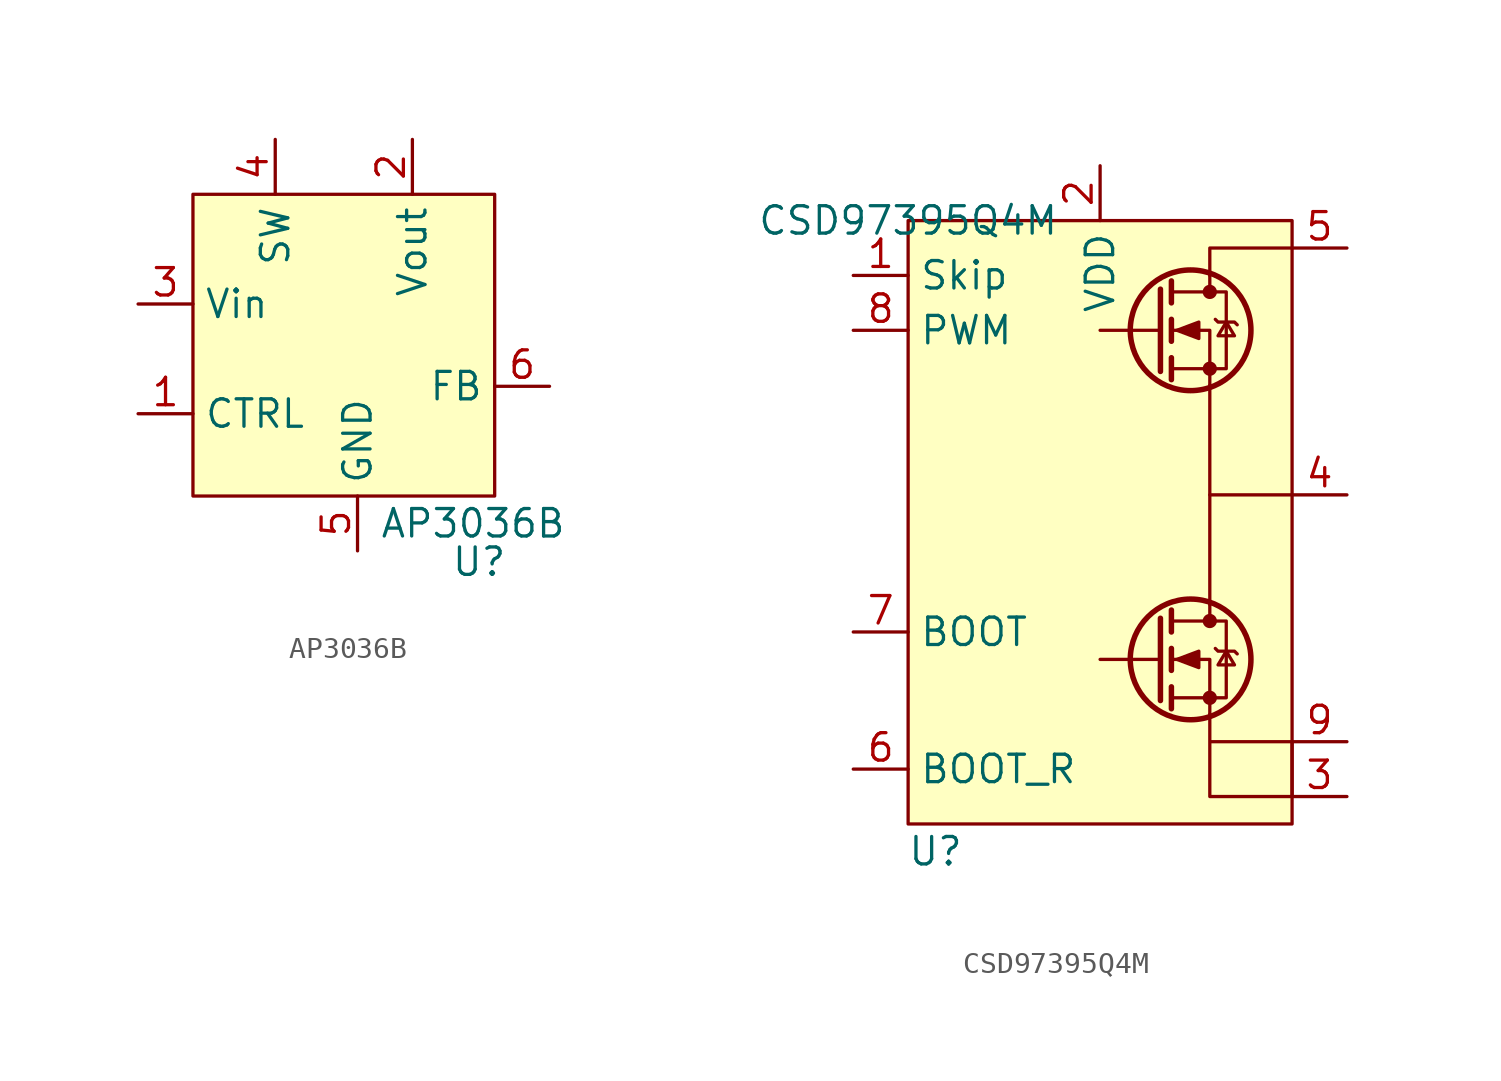
<source format=kicad_sym>
(kicad_symbol_lib
  (version 20231120)
  (generator "kicad_symbol_editor")
  (generator_version "8.0")
  (symbol "AP3036B"
    (property "Reference" "U"
      (at 11.938 -3.048 0)
      (effects (font (size 1.27 1.27)) (justify left)))
    (property "Value" "AP3036B"
      (at 8.636 -1.27 0)
      (effects (font (size 1.27 1.27)) (justify left)))
    (symbol "AP3036B_1_1"
      (rectangle (start 0 13.97) (end 13.97 0) (stroke (width 0) (type default)) (fill (type background)))
      (pin input line (at -2.54 3.81 0) (length 2.54) (name "CTRL" (effects (font (size 1.27 1.27)))) (number "1" (effects (font (size 1.27 1.27)))))
      (pin input line (at 10.16 16.51 270) (length 2.54) (name "Vout" (effects (font (size 1.27 1.27)))) (number "2" (effects (font (size 1.27 1.27)))))
      (pin input line (at -2.54 8.89 0) (length 2.54) (name "Vin" (effects (font (size 1.27 1.27)))) (number "3" (effects (font (size 1.27 1.27)))))
      (pin input line (at 3.81 16.51 270) (length 2.54) (name "SW" (effects (font (size 1.27 1.27)))) (number "4" (effects (font (size 1.27 1.27)))))
      (pin input line (at 7.62 -2.54 90) (length 2.54) (name "GND" (effects (font (size 1.27 1.27)))) (number "5" (effects (font (size 1.27 1.27)))))
      (pin input line (at 16.51 5.08 180) (length 2.54) (name "FB" (effects (font (size 1.27 1.27)))) (number "6" (effects (font (size 1.27 1.27)))))))
  (symbol "CSD97395Q4M"
    (property "Reference" "U"
      (at 1.27 -29.21 0)
      (effects (font (size 1.27 1.27))))
    (property "Value" "CSD97395Q4M"
      (at 0 0 0)
      (effects (font (size 1.27 1.27))))
    (symbol "CSD97395Q4M_0_1"
      (polyline (pts (xy 11.684 -20.32) (xy 8.89 -20.32)) (stroke (width 0) (type default)) (fill (type none)))
      (polyline (pts (xy 11.684 -18.415) (xy 11.684 -22.225)) (stroke (width 0.254) (type default)) (fill (type none)))
      (polyline (pts (xy 11.684 -5.08) (xy 8.89 -5.08)) (stroke (width 0) (type default)) (fill (type none)))
      (polyline (pts (xy 11.684 -3.175) (xy 11.684 -6.985)) (stroke (width 0.254) (type default)) (fill (type none)))
      (polyline (pts (xy 12.192 -21.59) (xy 12.192 -22.606)) (stroke (width 0.254) (type default)) (fill (type none)))
      (polyline (pts (xy 12.192 -19.812) (xy 12.192 -20.828)) (stroke (width 0.254) (type default)) (fill (type none)))
      (polyline (pts (xy 12.192 -18.034) (xy 12.192 -19.05)) (stroke (width 0.254) (type default)) (fill (type none)))
      (polyline (pts (xy 12.192 -6.35) (xy 12.192 -7.366)) (stroke (width 0.254) (type default)) (fill (type none)))
      (polyline (pts (xy 12.192 -4.572) (xy 12.192 -5.588)) (stroke (width 0.254) (type default)) (fill (type none)))
      (polyline (pts (xy 12.192 -2.794) (xy 12.192 -3.81)) (stroke (width 0.254) (type default)) (fill (type none)))
      (polyline (pts (xy 13.97 -17.78) (xy 13.97 -18.542)) (stroke (width 0) (type default)) (fill (type none)))
      (polyline (pts (xy 13.97 -17.78) (xy 13.97 -7.62)) (stroke (width 0) (type default)) (fill (type none)))
      (polyline (pts (xy 13.97 -2.54) (xy 13.97 -3.302)) (stroke (width 0) (type default)) (fill (type none)))
      (polyline (pts (xy 17.78 -12.7) (xy 13.97 -12.7)) (stroke (width 0) (type default)) (fill (type none)))
      (polyline (pts (xy 13.97 -22.86) (xy 13.97 -20.32) (xy 12.192 -20.32)) (stroke (width 0) (type default)) (fill (type none)))
      (polyline (pts (xy 13.97 -7.62) (xy 13.97 -5.08) (xy 12.192 -5.08)) (stroke (width 0) (type default)) (fill (type none)))
      (polyline (pts (xy 17.78 -1.27) (xy 13.97 -1.27) (xy 13.97 -2.54)) (stroke (width 0) (type default)) (fill (type none)))
      (polyline (pts (xy 12.192 -22.098) (xy 14.732 -22.098) (xy 14.732 -18.542) (xy 12.192 -18.542)) (stroke (width 0) (type default)) (fill (type none)))
      (polyline (pts (xy 12.192 -6.858) (xy 14.732 -6.858) (xy 14.732 -3.302) (xy 12.192 -3.302)) (stroke (width 0) (type default)) (fill (type none)))
      (polyline (pts (xy 12.446 -20.32) (xy 13.462 -19.939) (xy 13.462 -20.701) (xy 12.446 -20.32)) (stroke (width 0) (type default)) (fill (type outline)))
      (polyline (pts (xy 12.446 -5.08) (xy 13.462 -4.699) (xy 13.462 -5.461) (xy 12.446 -5.08)) (stroke (width 0) (type default)) (fill (type outline)))
      (polyline (pts (xy 14.224 -19.812) (xy 14.351 -19.939) (xy 15.113 -19.939) (xy 15.24 -20.066)) (stroke (width 0) (type default)) (fill (type none)))
      (polyline (pts (xy 14.224 -4.572) (xy 14.351 -4.699) (xy 15.113 -4.699) (xy 15.24 -4.826)) (stroke (width 0) (type default)) (fill (type none)))
      (polyline (pts (xy 14.732 -19.939) (xy 14.351 -20.574) (xy 15.113 -20.574) (xy 14.732 -19.939)) (stroke (width 0) (type default)) (fill (type none)))
      (polyline (pts (xy 14.732 -4.699) (xy 14.351 -5.334) (xy 15.113 -5.334) (xy 14.732 -4.699)) (stroke (width 0) (type default)) (fill (type none)))
      (polyline (pts (xy 13.97 -22.86) (xy 13.97 -24.13) (xy 17.78 -24.13) (xy 17.78 -26.67) (xy 13.97 -26.67) (xy 13.97 -24.13)) (stroke (width 0) (type default)) (fill (type none)))
      (circle (center 13.081 -20.32) (radius 2.794) (stroke (width 0.254) (type default)) (fill (type none)))
      (circle (center 13.081 -5.08) (radius 2.794) (stroke (width 0.254) (type default)) (fill (type none)))
      (circle (center 13.97 -22.098) (radius 0.254) (stroke (width 0) (type default)) (fill (type outline)))
      (circle (center 13.97 -18.542) (radius 0.254) (stroke (width 0) (type default)) (fill (type outline)))
      (circle (center 13.97 -6.858) (radius 0.254) (stroke (width 0) (type default)) (fill (type outline)))
      (circle (center 13.97 -3.302) (radius 0.254) (stroke (width 0) (type default)) (fill (type outline))))
    (symbol "CSD97395Q4M_1_1"
      (rectangle (start 0 0) (end 17.78 -27.94) (stroke (width 0) (type default)) (fill (type background)))
      (pin input line (at -2.54 -2.54 0) (length 2.54) (name "Skip" (effects (font (size 1.27 1.27)))) (number "1" (effects (font (size 1.27 1.27)))))
      (pin input line (at 8.89 2.54 270) (length 2.54) (name "VDD" (effects (font (size 1.27 1.27)))) (number "2" (effects (font (size 1.27 1.27)))))
      (pin input line (at 20.32 -26.67 180) (length 2.54) (name "" (effects (font (size 1.27 1.27)))) (number "3" (effects (font (size 1.27 1.27)))))
      (pin input line (at 20.32 -12.7 180) (length 2.54) (name "" (effects (font (size 1.27 1.27)))) (number "4" (effects (font (size 1.27 1.27)))))
      (pin input line (at 20.32 -1.27 180) (length 2.54) (name "" (effects (font (size 1.27 1.27)))) (number "5" (effects (font (size 1.27 1.27)))))
      (pin input line (at -2.54 -25.4 0) (length 2.54) (name "BOOT_R" (effects (font (size 1.27 1.27)))) (number "6" (effects (font (size 1.27 1.27)))))
      (pin input line (at -2.54 -19.05 0) (length 2.54) (name "BOOT" (effects (font (size 1.27 1.27)))) (number "7" (effects (font (size 1.27 1.27)))))
      (pin input line (at -2.54 -5.08 0) (length 2.54) (name "PWM" (effects (font (size 1.27 1.27)))) (number "8" (effects (font (size 1.27 1.27)))))
      (pin input line (at 20.32 -24.13 180) (length 2.54) (name "" (effects (font (size 1.27 1.27)))) (number "9" (effects (font (size 1.27 1.27))))))))
</source>
